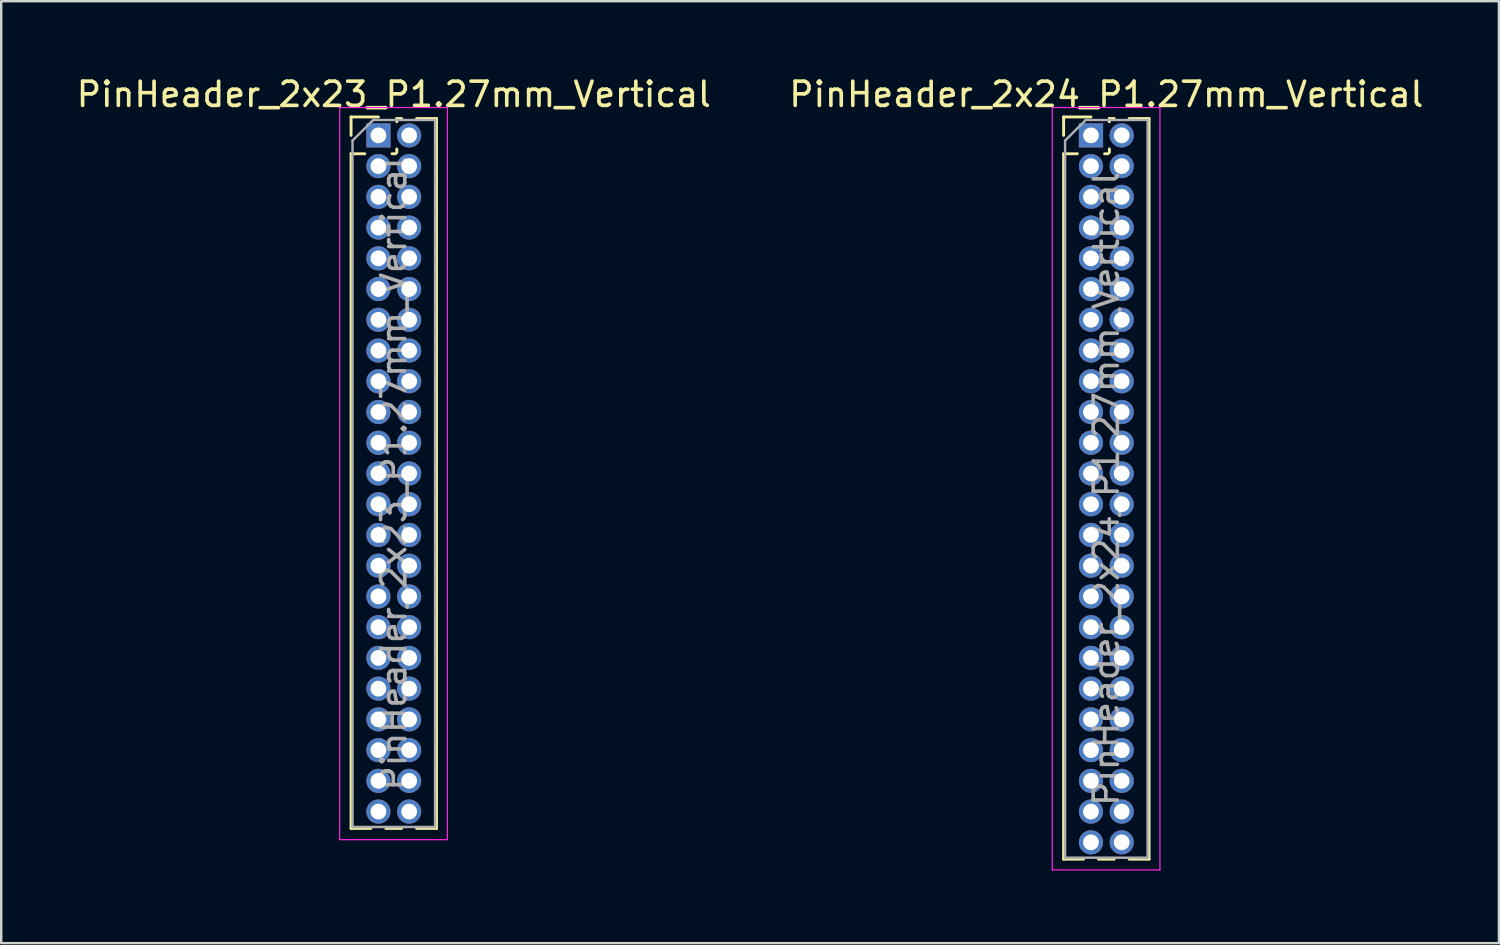
<source format=kicad_pcb>
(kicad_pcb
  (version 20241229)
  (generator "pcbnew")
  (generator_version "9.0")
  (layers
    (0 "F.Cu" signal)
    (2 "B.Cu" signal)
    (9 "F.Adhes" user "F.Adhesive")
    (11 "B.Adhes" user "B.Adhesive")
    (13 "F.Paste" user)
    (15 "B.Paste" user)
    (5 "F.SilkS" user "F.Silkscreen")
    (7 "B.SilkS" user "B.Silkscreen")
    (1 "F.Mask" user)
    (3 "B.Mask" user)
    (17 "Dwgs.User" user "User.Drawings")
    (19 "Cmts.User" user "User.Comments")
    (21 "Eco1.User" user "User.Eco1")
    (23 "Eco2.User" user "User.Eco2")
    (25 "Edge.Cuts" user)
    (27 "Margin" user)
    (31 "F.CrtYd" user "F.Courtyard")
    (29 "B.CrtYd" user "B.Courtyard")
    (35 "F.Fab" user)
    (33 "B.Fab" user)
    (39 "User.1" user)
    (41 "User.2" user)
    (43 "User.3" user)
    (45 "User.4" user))
  (footprint "PinHeader_2x23_P1.27mm_Vertical"
    (layer "F.Cu")
    (at 12.585 2.543)
    (property "Reference" "PinHeader_2x23_P1.27mm_Vertical" (at 0.635 -1.695 0) (layer "F.SilkS") (effects (font (size 1 1) (thickness 0.15))))
    (attr through_hole)
    (fp_line (start -1.13 -0.76) (end 0 -0.76) (stroke (width 0.12) (type solid)) (layer "F.SilkS"))
    (fp_line (start -1.13 0) (end -1.13 -0.76) (stroke (width 0.12) (type solid)) (layer "F.SilkS"))
    (fp_line (start -1.13 0.76) (end -1.13 28.635) (stroke (width 0.12) (type solid)) (layer "F.SilkS"))
    (fp_line (start -1.13 0.76) (end -0.563 0.76) (stroke (width 0.12) (type solid)) (layer "F.SilkS"))
    (fp_line (start -1.13 28.635) (end -0.308 28.635) (stroke (width 0.12) (type solid)) (layer "F.SilkS"))
    (fp_line (start 0.308 28.635) (end 0.962 28.635) (stroke (width 0.12) (type solid)) (layer "F.SilkS"))
    (fp_line (start 0.563 0.76) (end 0.707 0.76) (stroke (width 0.12) (type solid)) (layer "F.SilkS"))
    (fp_line (start 0.76 -0.695) (end 0.962 -0.695) (stroke (width 0.12) (type solid)) (layer "F.SilkS"))
    (fp_line (start 0.76 -0.563) (end 0.76 -0.695) (stroke (width 0.12) (type solid)) (layer "F.SilkS"))
    (fp_line (start 0.76 0.707) (end 0.76 0.563) (stroke (width 0.12) (type solid)) (layer "F.SilkS"))
    (fp_line (start 1.578 -0.695) (end 2.4 -0.695) (stroke (width 0.12) (type solid)) (layer "F.SilkS"))
    (fp_line (start 1.578 28.635) (end 2.4 28.635) (stroke (width 0.12) (type solid)) (layer "F.SilkS"))
    (fp_line (start 2.4 -0.695) (end 2.4 28.635) (stroke (width 0.12) (type solid)) (layer "F.SilkS"))
    (fp_line (start -1.6 -1.15) (end -1.6 29.1) (stroke (width 0.05) (type solid)) (layer "F.CrtYd"))
    (fp_line (start -1.6 29.1) (end 2.85 29.1) (stroke (width 0.05) (type solid)) (layer "F.CrtYd"))
    (fp_line (start 2.85 -1.15) (end -1.6 -1.15) (stroke (width 0.05) (type solid)) (layer "F.CrtYd"))
    (fp_line (start 2.85 29.1) (end 2.85 -1.15) (stroke (width 0.05) (type solid)) (layer "F.CrtYd"))
    (fp_line (start -1.07 0.217) (end -0.217 -0.635) (stroke (width 0.1) (type solid)) (layer "F.Fab"))
    (fp_line (start -1.07 28.575) (end -1.07 0.217) (stroke (width 0.1) (type solid)) (layer "F.Fab"))
    (fp_line (start -0.217 -0.635) (end 2.34 -0.635) (stroke (width 0.1) (type solid)) (layer "F.Fab"))
    (fp_line (start 2.34 -0.635) (end 2.34 28.575) (stroke (width 0.1) (type solid)) (layer "F.Fab"))
    (fp_line (start 2.34 28.575) (end -1.07 28.575) (stroke (width 0.1) (type solid)) (layer "F.Fab"))
    (fp_text user "${REFERENCE}" (at 0.635 13.97 90) (layer "F.Fab") (effects (font (size 1 1) (thickness 0.15))))
    (pad "1" thru_hole rect (at 0 0) (size 1 1) (drill 0.65) (layers "*.Cu" "*.Mask"))
    (pad "2" thru_hole oval (at 1.27 0) (size 1 1) (drill 0.65) (layers "*.Cu" "*.Mask"))
    (pad "3" thru_hole oval (at 0 1.27) (size 1 1) (drill 0.65) (layers "*.Cu" "*.Mask"))
    (pad "4" thru_hole oval (at 1.27 1.27) (size 1 1) (drill 0.65) (layers "*.Cu" "*.Mask"))
    (pad "5" thru_hole oval (at 0 2.54) (size 1 1) (drill 0.65) (layers "*.Cu" "*.Mask"))
    (pad "6" thru_hole oval (at 1.27 2.54) (size 1 1) (drill 0.65) (layers "*.Cu" "*.Mask"))
    (pad "7" thru_hole oval (at 0 3.81) (size 1 1) (drill 0.65) (layers "*.Cu" "*.Mask"))
    (pad "8" thru_hole oval (at 1.27 3.81) (size 1 1) (drill 0.65) (layers "*.Cu" "*.Mask"))
    (pad "9" thru_hole oval (at 0 5.08) (size 1 1) (drill 0.65) (layers "*.Cu" "*.Mask"))
    (pad "10" thru_hole oval (at 1.27 5.08) (size 1 1) (drill 0.65) (layers "*.Cu" "*.Mask"))
    (pad "11" thru_hole oval (at 0 6.35) (size 1 1) (drill 0.65) (layers "*.Cu" "*.Mask"))
    (pad "12" thru_hole oval (at 1.27 6.35) (size 1 1) (drill 0.65) (layers "*.Cu" "*.Mask"))
    (pad "13" thru_hole oval (at 0 7.62) (size 1 1) (drill 0.65) (layers "*.Cu" "*.Mask"))
    (pad "14" thru_hole oval (at 1.27 7.62) (size 1 1) (drill 0.65) (layers "*.Cu" "*.Mask"))
    (pad "15" thru_hole oval (at 0 8.89) (size 1 1) (drill 0.65) (layers "*.Cu" "*.Mask"))
    (pad "16" thru_hole oval (at 1.27 8.89) (size 1 1) (drill 0.65) (layers "*.Cu" "*.Mask"))
    (pad "17" thru_hole oval (at 0 10.16) (size 1 1) (drill 0.65) (layers "*.Cu" "*.Mask"))
    (pad "18" thru_hole oval (at 1.27 10.16) (size 1 1) (drill 0.65) (layers "*.Cu" "*.Mask"))
    (pad "19" thru_hole oval (at 0 11.43) (size 1 1) (drill 0.65) (layers "*.Cu" "*.Mask"))
    (pad "20" thru_hole oval (at 1.27 11.43) (size 1 1) (drill 0.65) (layers "*.Cu" "*.Mask"))
    (pad "21" thru_hole oval (at 0 12.7) (size 1 1) (drill 0.65) (layers "*.Cu" "*.Mask"))
    (pad "22" thru_hole oval (at 1.27 12.7) (size 1 1) (drill 0.65) (layers "*.Cu" "*.Mask"))
    (pad "23" thru_hole oval (at 0 13.97) (size 1 1) (drill 0.65) (layers "*.Cu" "*.Mask"))
    (pad "24" thru_hole oval (at 1.27 13.97) (size 1 1) (drill 0.65) (layers "*.Cu" "*.Mask"))
    (pad "25" thru_hole oval (at 0 15.24) (size 1 1) (drill 0.65) (layers "*.Cu" "*.Mask"))
    (pad "26" thru_hole oval (at 1.27 15.24) (size 1 1) (drill 0.65) (layers "*.Cu" "*.Mask"))
    (pad "27" thru_hole oval (at 0 16.51) (size 1 1) (drill 0.65) (layers "*.Cu" "*.Mask"))
    (pad "28" thru_hole oval (at 1.27 16.51) (size 1 1) (drill 0.65) (layers "*.Cu" "*.Mask"))
    (pad "29" thru_hole oval (at 0 17.78) (size 1 1) (drill 0.65) (layers "*.Cu" "*.Mask"))
    (pad "30" thru_hole oval (at 1.27 17.78) (size 1 1) (drill 0.65) (layers "*.Cu" "*.Mask"))
    (pad "31" thru_hole oval (at 0 19.05) (size 1 1) (drill 0.65) (layers "*.Cu" "*.Mask"))
    (pad "32" thru_hole oval (at 1.27 19.05) (size 1 1) (drill 0.65) (layers "*.Cu" "*.Mask"))
    (pad "33" thru_hole oval (at 0 20.32) (size 1 1) (drill 0.65) (layers "*.Cu" "*.Mask"))
    (pad "34" thru_hole oval (at 1.27 20.32) (size 1 1) (drill 0.65) (layers "*.Cu" "*.Mask"))
    (pad "35" thru_hole oval (at 0 21.59) (size 1 1) (drill 0.65) (layers "*.Cu" "*.Mask"))
    (pad "36" thru_hole oval (at 1.27 21.59) (size 1 1) (drill 0.65) (layers "*.Cu" "*.Mask"))
    (pad "37" thru_hole oval (at 0 22.86) (size 1 1) (drill 0.65) (layers "*.Cu" "*.Mask"))
    (pad "38" thru_hole oval (at 1.27 22.86) (size 1 1) (drill 0.65) (layers "*.Cu" "*.Mask"))
    (pad "39" thru_hole oval (at 0 24.13) (size 1 1) (drill 0.65) (layers "*.Cu" "*.Mask"))
    (pad "40" thru_hole oval (at 1.27 24.13) (size 1 1) (drill 0.65) (layers "*.Cu" "*.Mask"))
    (pad "41" thru_hole oval (at 0 25.4) (size 1 1) (drill 0.65) (layers "*.Cu" "*.Mask"))
    (pad "42" thru_hole oval (at 1.27 25.4) (size 1 1) (drill 0.65) (layers "*.Cu" "*.Mask"))
    (pad "43" thru_hole oval (at 0 26.67) (size 1 1) (drill 0.65) (layers "*.Cu" "*.Mask"))
    (pad "44" thru_hole oval (at 1.27 26.67) (size 1 1) (drill 0.65) (layers "*.Cu" "*.Mask"))
    (pad "45" thru_hole oval (at 0 27.94) (size 1 1) (drill 0.65) (layers "*.Cu" "*.Mask"))
    (pad "46" thru_hole oval (at 1.27 27.94) (size 1 1) (drill 0.65) (layers "*.Cu" "*.Mask")))
  (footprint "PinHeader_2x24_P1.27mm_Vertical"
    (layer "F.Cu")
    (at 42.026 2.543)
    (property "Reference" "PinHeader_2x24_P1.27mm_Vertical" (at 0.635 -1.695 0) (layer "F.SilkS") (effects (font (size 1 1) (thickness 0.15))))
    (attr through_hole)
    (fp_line (start -1.13 -0.76) (end 0 -0.76) (stroke (width 0.12) (type solid)) (layer "F.SilkS"))
    (fp_line (start -1.13 0) (end -1.13 -0.76) (stroke (width 0.12) (type solid)) (layer "F.SilkS"))
    (fp_line (start -1.13 0.76) (end -1.13 29.905) (stroke (width 0.12) (type solid)) (layer "F.SilkS"))
    (fp_line (start -1.13 0.76) (end -0.563 0.76) (stroke (width 0.12) (type solid)) (layer "F.SilkS"))
    (fp_line (start -1.13 29.905) (end -0.308 29.905) (stroke (width 0.12) (type solid)) (layer "F.SilkS"))
    (fp_line (start 0.308 29.905) (end 0.962 29.905) (stroke (width 0.12) (type solid)) (layer "F.SilkS"))
    (fp_line (start 0.563 0.76) (end 0.707 0.76) (stroke (width 0.12) (type solid)) (layer "F.SilkS"))
    (fp_line (start 0.76 -0.695) (end 0.962 -0.695) (stroke (width 0.12) (type solid)) (layer "F.SilkS"))
    (fp_line (start 0.76 -0.563) (end 0.76 -0.695) (stroke (width 0.12) (type solid)) (layer "F.SilkS"))
    (fp_line (start 0.76 0.707) (end 0.76 0.563) (stroke (width 0.12) (type solid)) (layer "F.SilkS"))
    (fp_line (start 1.578 -0.695) (end 2.4 -0.695) (stroke (width 0.12) (type solid)) (layer "F.SilkS"))
    (fp_line (start 1.578 29.905) (end 2.4 29.905) (stroke (width 0.12) (type solid)) (layer "F.SilkS"))
    (fp_line (start 2.4 -0.695) (end 2.4 29.905) (stroke (width 0.12) (type solid)) (layer "F.SilkS"))
    (fp_line (start -1.6 -1.15) (end -1.6 30.35) (stroke (width 0.05) (type solid)) (layer "F.CrtYd"))
    (fp_line (start -1.6 30.35) (end 2.85 30.35) (stroke (width 0.05) (type solid)) (layer "F.CrtYd"))
    (fp_line (start 2.85 -1.15) (end -1.6 -1.15) (stroke (width 0.05) (type solid)) (layer "F.CrtYd"))
    (fp_line (start 2.85 30.35) (end 2.85 -1.15) (stroke (width 0.05) (type solid)) (layer "F.CrtYd"))
    (fp_line (start -1.07 0.217) (end -0.217 -0.635) (stroke (width 0.1) (type solid)) (layer "F.Fab"))
    (fp_line (start -1.07 29.845) (end -1.07 0.217) (stroke (width 0.1) (type solid)) (layer "F.Fab"))
    (fp_line (start -0.217 -0.635) (end 2.34 -0.635) (stroke (width 0.1) (type solid)) (layer "F.Fab"))
    (fp_line (start 2.34 -0.635) (end 2.34 29.845) (stroke (width 0.1) (type solid)) (layer "F.Fab"))
    (fp_line (start 2.34 29.845) (end -1.07 29.845) (stroke (width 0.1) (type solid)) (layer "F.Fab"))
    (fp_text user "${REFERENCE}" (at 0.635 14.605 90) (layer "F.Fab") (effects (font (size 1 1) (thickness 0.15))))
    (pad "1" thru_hole rect (at 0 0) (size 1 1) (drill 0.65) (layers "*.Cu" "*.Mask"))
    (pad "2" thru_hole oval (at 1.27 0) (size 1 1) (drill 0.65) (layers "*.Cu" "*.Mask"))
    (pad "3" thru_hole oval (at 0 1.27) (size 1 1) (drill 0.65) (layers "*.Cu" "*.Mask"))
    (pad "4" thru_hole oval (at 1.27 1.27) (size 1 1) (drill 0.65) (layers "*.Cu" "*.Mask"))
    (pad "5" thru_hole oval (at 0 2.54) (size 1 1) (drill 0.65) (layers "*.Cu" "*.Mask"))
    (pad "6" thru_hole oval (at 1.27 2.54) (size 1 1) (drill 0.65) (layers "*.Cu" "*.Mask"))
    (pad "7" thru_hole oval (at 0 3.81) (size 1 1) (drill 0.65) (layers "*.Cu" "*.Mask"))
    (pad "8" thru_hole oval (at 1.27 3.81) (size 1 1) (drill 0.65) (layers "*.Cu" "*.Mask"))
    (pad "9" thru_hole oval (at 0 5.08) (size 1 1) (drill 0.65) (layers "*.Cu" "*.Mask"))
    (pad "10" thru_hole oval (at 1.27 5.08) (size 1 1) (drill 0.65) (layers "*.Cu" "*.Mask"))
    (pad "11" thru_hole oval (at 0 6.35) (size 1 1) (drill 0.65) (layers "*.Cu" "*.Mask"))
    (pad "12" thru_hole oval (at 1.27 6.35) (size 1 1) (drill 0.65) (layers "*.Cu" "*.Mask"))
    (pad "13" thru_hole oval (at 0 7.62) (size 1 1) (drill 0.65) (layers "*.Cu" "*.Mask"))
    (pad "14" thru_hole oval (at 1.27 7.62) (size 1 1) (drill 0.65) (layers "*.Cu" "*.Mask"))
    (pad "15" thru_hole oval (at 0 8.89) (size 1 1) (drill 0.65) (layers "*.Cu" "*.Mask"))
    (pad "16" thru_hole oval (at 1.27 8.89) (size 1 1) (drill 0.65) (layers "*.Cu" "*.Mask"))
    (pad "17" thru_hole oval (at 0 10.16) (size 1 1) (drill 0.65) (layers "*.Cu" "*.Mask"))
    (pad "18" thru_hole oval (at 1.27 10.16) (size 1 1) (drill 0.65) (layers "*.Cu" "*.Mask"))
    (pad "19" thru_hole oval (at 0 11.43) (size 1 1) (drill 0.65) (layers "*.Cu" "*.Mask"))
    (pad "20" thru_hole oval (at 1.27 11.43) (size 1 1) (drill 0.65) (layers "*.Cu" "*.Mask"))
    (pad "21" thru_hole oval (at 0 12.7) (size 1 1) (drill 0.65) (layers "*.Cu" "*.Mask"))
    (pad "22" thru_hole oval (at 1.27 12.7) (size 1 1) (drill 0.65) (layers "*.Cu" "*.Mask"))
    (pad "23" thru_hole oval (at 0 13.97) (size 1 1) (drill 0.65) (layers "*.Cu" "*.Mask"))
    (pad "24" thru_hole oval (at 1.27 13.97) (size 1 1) (drill 0.65) (layers "*.Cu" "*.Mask"))
    (pad "25" thru_hole oval (at 0 15.24) (size 1 1) (drill 0.65) (layers "*.Cu" "*.Mask"))
    (pad "26" thru_hole oval (at 1.27 15.24) (size 1 1) (drill 0.65) (layers "*.Cu" "*.Mask"))
    (pad "27" thru_hole oval (at 0 16.51) (size 1 1) (drill 0.65) (layers "*.Cu" "*.Mask"))
    (pad "28" thru_hole oval (at 1.27 16.51) (size 1 1) (drill 0.65) (layers "*.Cu" "*.Mask"))
    (pad "29" thru_hole oval (at 0 17.78) (size 1 1) (drill 0.65) (layers "*.Cu" "*.Mask"))
    (pad "30" thru_hole oval (at 1.27 17.78) (size 1 1) (drill 0.65) (layers "*.Cu" "*.Mask"))
    (pad "31" thru_hole oval (at 0 19.05) (size 1 1) (drill 0.65) (layers "*.Cu" "*.Mask"))
    (pad "32" thru_hole oval (at 1.27 19.05) (size 1 1) (drill 0.65) (layers "*.Cu" "*.Mask"))
    (pad "33" thru_hole oval (at 0 20.32) (size 1 1) (drill 0.65) (layers "*.Cu" "*.Mask"))
    (pad "34" thru_hole oval (at 1.27 20.32) (size 1 1) (drill 0.65) (layers "*.Cu" "*.Mask"))
    (pad "35" thru_hole oval (at 0 21.59) (size 1 1) (drill 0.65) (layers "*.Cu" "*.Mask"))
    (pad "36" thru_hole oval (at 1.27 21.59) (size 1 1) (drill 0.65) (layers "*.Cu" "*.Mask"))
    (pad "37" thru_hole oval (at 0 22.86) (size 1 1) (drill 0.65) (layers "*.Cu" "*.Mask"))
    (pad "38" thru_hole oval (at 1.27 22.86) (size 1 1) (drill 0.65) (layers "*.Cu" "*.Mask"))
    (pad "39" thru_hole oval (at 0 24.13) (size 1 1) (drill 0.65) (layers "*.Cu" "*.Mask"))
    (pad "40" thru_hole oval (at 1.27 24.13) (size 1 1) (drill 0.65) (layers "*.Cu" "*.Mask"))
    (pad "41" thru_hole oval (at 0 25.4) (size 1 1) (drill 0.65) (layers "*.Cu" "*.Mask"))
    (pad "42" thru_hole oval (at 1.27 25.4) (size 1 1) (drill 0.65) (layers "*.Cu" "*.Mask"))
    (pad "43" thru_hole oval (at 0 26.67) (size 1 1) (drill 0.65) (layers "*.Cu" "*.Mask"))
    (pad "44" thru_hole oval (at 1.27 26.67) (size 1 1) (drill 0.65) (layers "*.Cu" "*.Mask"))
    (pad "45" thru_hole oval (at 0 27.94) (size 1 1) (drill 0.65) (layers "*.Cu" "*.Mask"))
    (pad "46" thru_hole oval (at 1.27 27.94) (size 1 1) (drill 0.65) (layers "*.Cu" "*.Mask"))
    (pad "47" thru_hole oval (at 0 29.21) (size 1 1) (drill 0.65) (layers "*.Cu" "*.Mask"))
    (pad "48" thru_hole oval (at 1.27 29.21) (size 1 1) (drill 0.65) (layers "*.Cu" "*.Mask")))
  (gr_rect
    (start -3 -3)
    (end 58.881 35.918)
    (stroke (width 0.1) (type default))
    (fill no)
    (layer "Edge.Cuts")))
</source>
